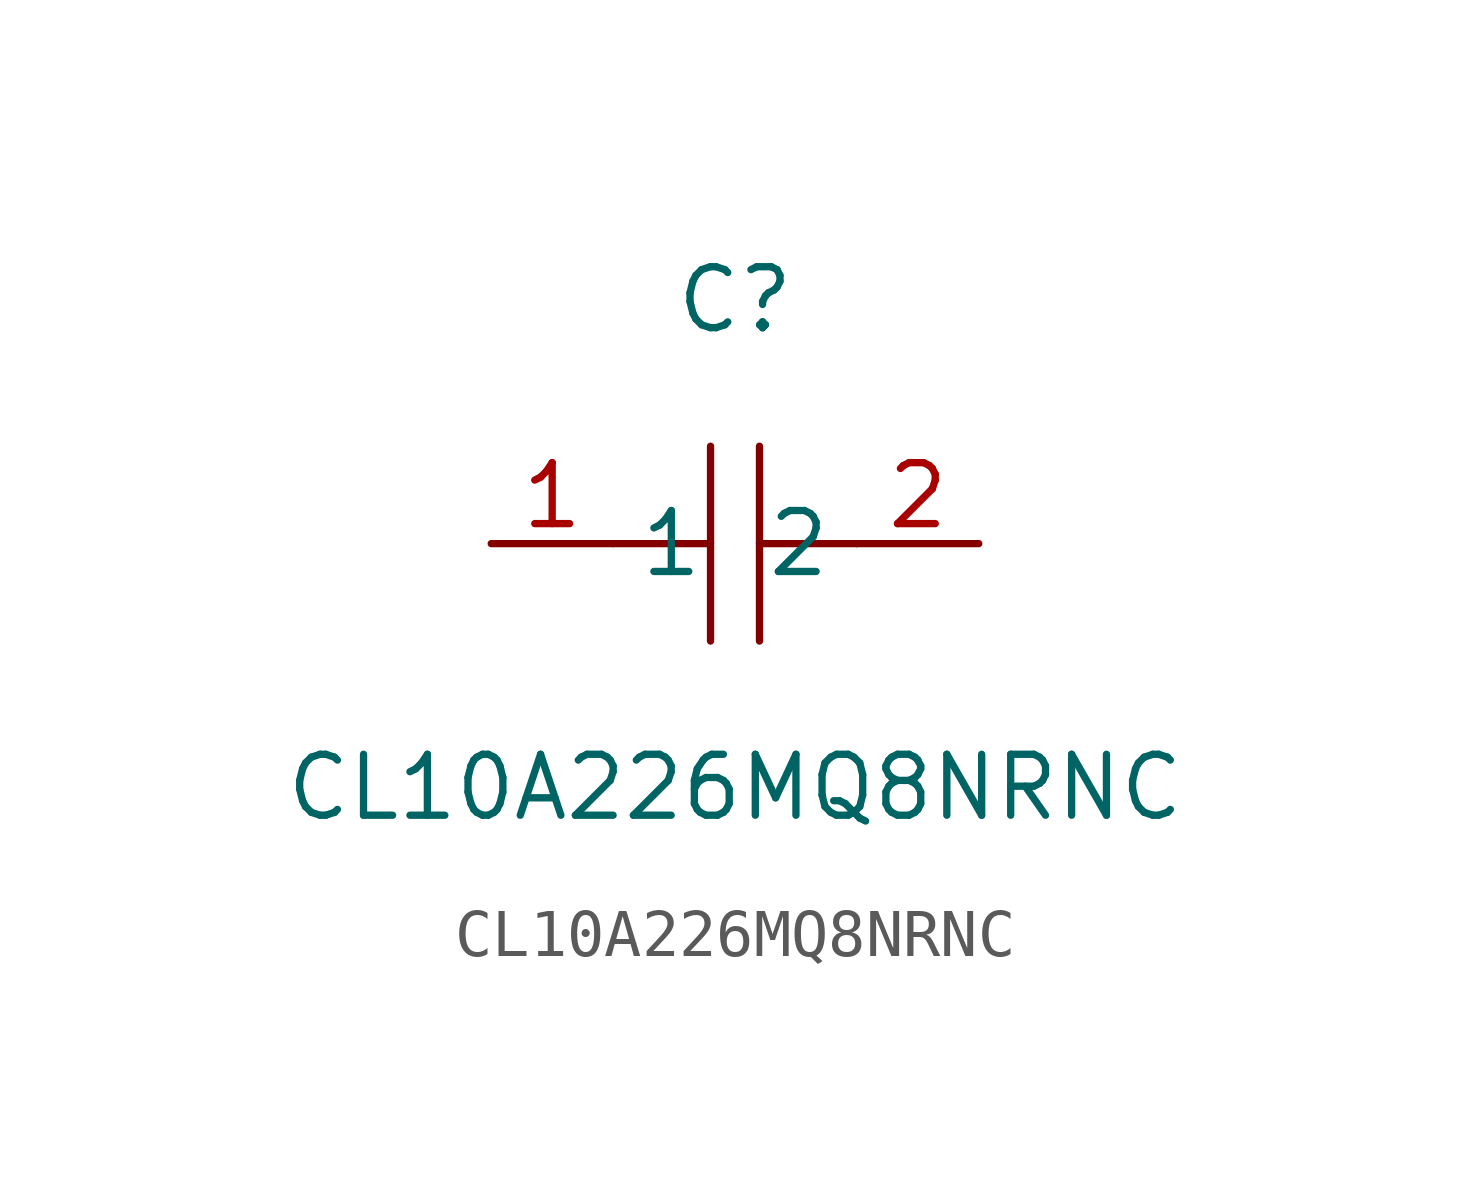
<source format=kicad_sym>
(kicad_symbol_lib
  (version 1)
  (generator "faebryk")
  (symbol "CL10A226MQ8NRNC"
    (property "Reference" "C"
      (at 0 5.08 0)
      (effects (font (size 1.27 1.27)) (hide no)))
    (property "Value" "CL10A226MQ8NRNC"
      (at 0 -5.08 0)
      (effects (font (size 1.27 1.27)) (hide no)))
    (symbol "CL10A226MQ8NRNC_0_1"
      (polyline (stroke (width 0) (type default) (color 0 0 0 0)) (fill (type none)) (pts (xy -0.51 -2.03) (xy -0.51 2.03)))
      (polyline (stroke (width 0) (type default) (color 0 0 0 0)) (fill (type none)) (pts (xy 2.54 0) (xy 0.51 0)))
      (polyline (stroke (width 0) (type default) (color 0 0 0 0)) (fill (type none)) (pts (xy 0.51 2.03) (xy 0.51 -2.03)))
      (polyline (stroke (width 0) (type default) (color 0 0 0 0)) (fill (type none)) (pts (xy -0.51 0) (xy -2.54 0)))
      (pin unspecified line (at -5.08 0 0) (length 2.54) (name "1" (effects (font (size 1.27 1.27)) (hide no))) (number "1" (effects (font (size 1.27 1.27)) (hide no))))
      (pin unspecified line (at 5.08 0 180) (length 2.54) (name "2" (effects (font (size 1.27 1.27)) (hide no))) (number "2" (effects (font (size 1.27 1.27)) (hide no)))))))
</source>
